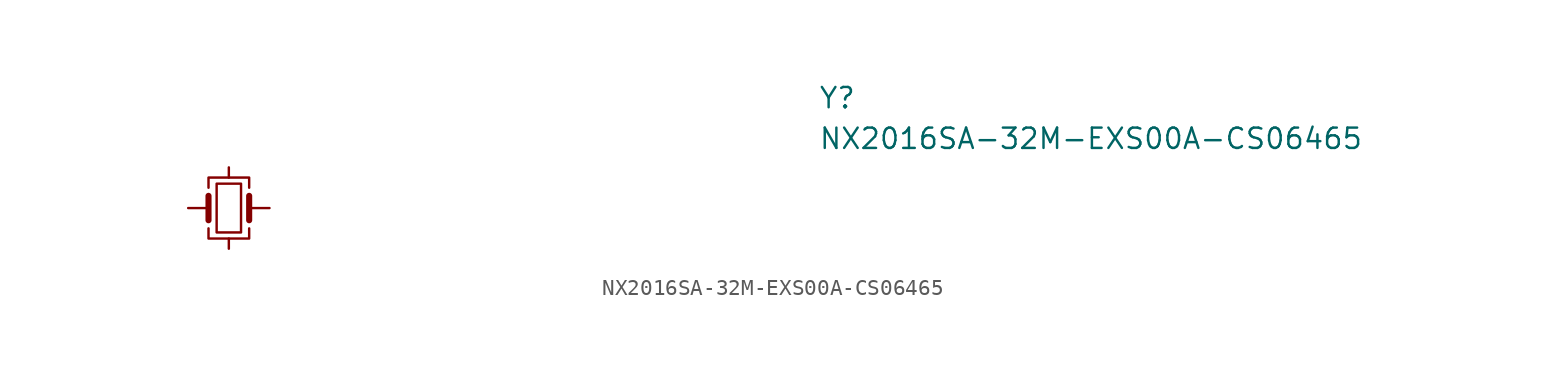
<source format=kicad_sym>
(kicad_symbol_lib
  (version 20220914)
  (generator kicad_symbol_editor)
  (symbol "NX2016SA-32M-EXS00A-CS06465"
    (pin_numbers hide)
    (pin_names hide)
    (property "Reference" "Y"
      (at 36.83 7.62 0)
      (effects (font (size 1.27 1.27)) (justify left top)))
    (property "Value" "NX2016SA-32M-EXS00A-CS06465"
      (at 36.83 5.08 0)
      (effects (font (size 1.27 1.27)) (justify left top)))
    (symbol "NX2016SA-32M-EXS00A-CS06465_0_1"
      (rectangle (start -0.762 -1.524) (end 0.762 1.524) (stroke (width 0) (type default)) (fill (type none)))
      (polyline (pts (xy -1.27 -0.762) (xy -1.27 0.762)) (stroke (width 0.381) (type default)) (fill (type none)))
      (polyline (pts (xy 1.27 -0.762) (xy 1.27 0.762)) (stroke (width 0.381) (type default)) (fill (type none)))
      (polyline (pts (xy -1.27 -1.27) (xy -1.27 -1.905) (xy 1.27 -1.905) (xy 1.27 -1.27)) (stroke (width 0) (type default)) (fill (type none)))
      (polyline (pts (xy -1.27 1.27) (xy -1.27 1.905) (xy 1.27 1.905) (xy 1.27 1.27)) (stroke (width 0) (type default)) (fill (type none))))
    (symbol "NX2016SA-32M-EXS00A-CS06465_1_1"
      (pin passive line (at -2.54 0 0) (length 1.27) (name "1" (effects (font (size 1.27 1.27)))) (number "1" (effects (font (size 0.762 0.762)))))
      (pin passive line (at 0 -2.54 90) (length 0.635) (name "2" (effects (font (size 1.27 1.27)))) (number "2" (effects (font (size 0.762 0.762)))))
      (pin passive line (at 0 2.54 270) (length 0.635) (name "3" (effects (font (size 1.27 1.27)))) (number "3" (effects (font (size 0.762 0.762)))))
      (pin passive line (at 2.54 0 180) (length 1.27) (name "4" (effects (font (size 1.27 1.27)))) (number "4" (effects (font (size 0.762 0.762))))))))
</source>
